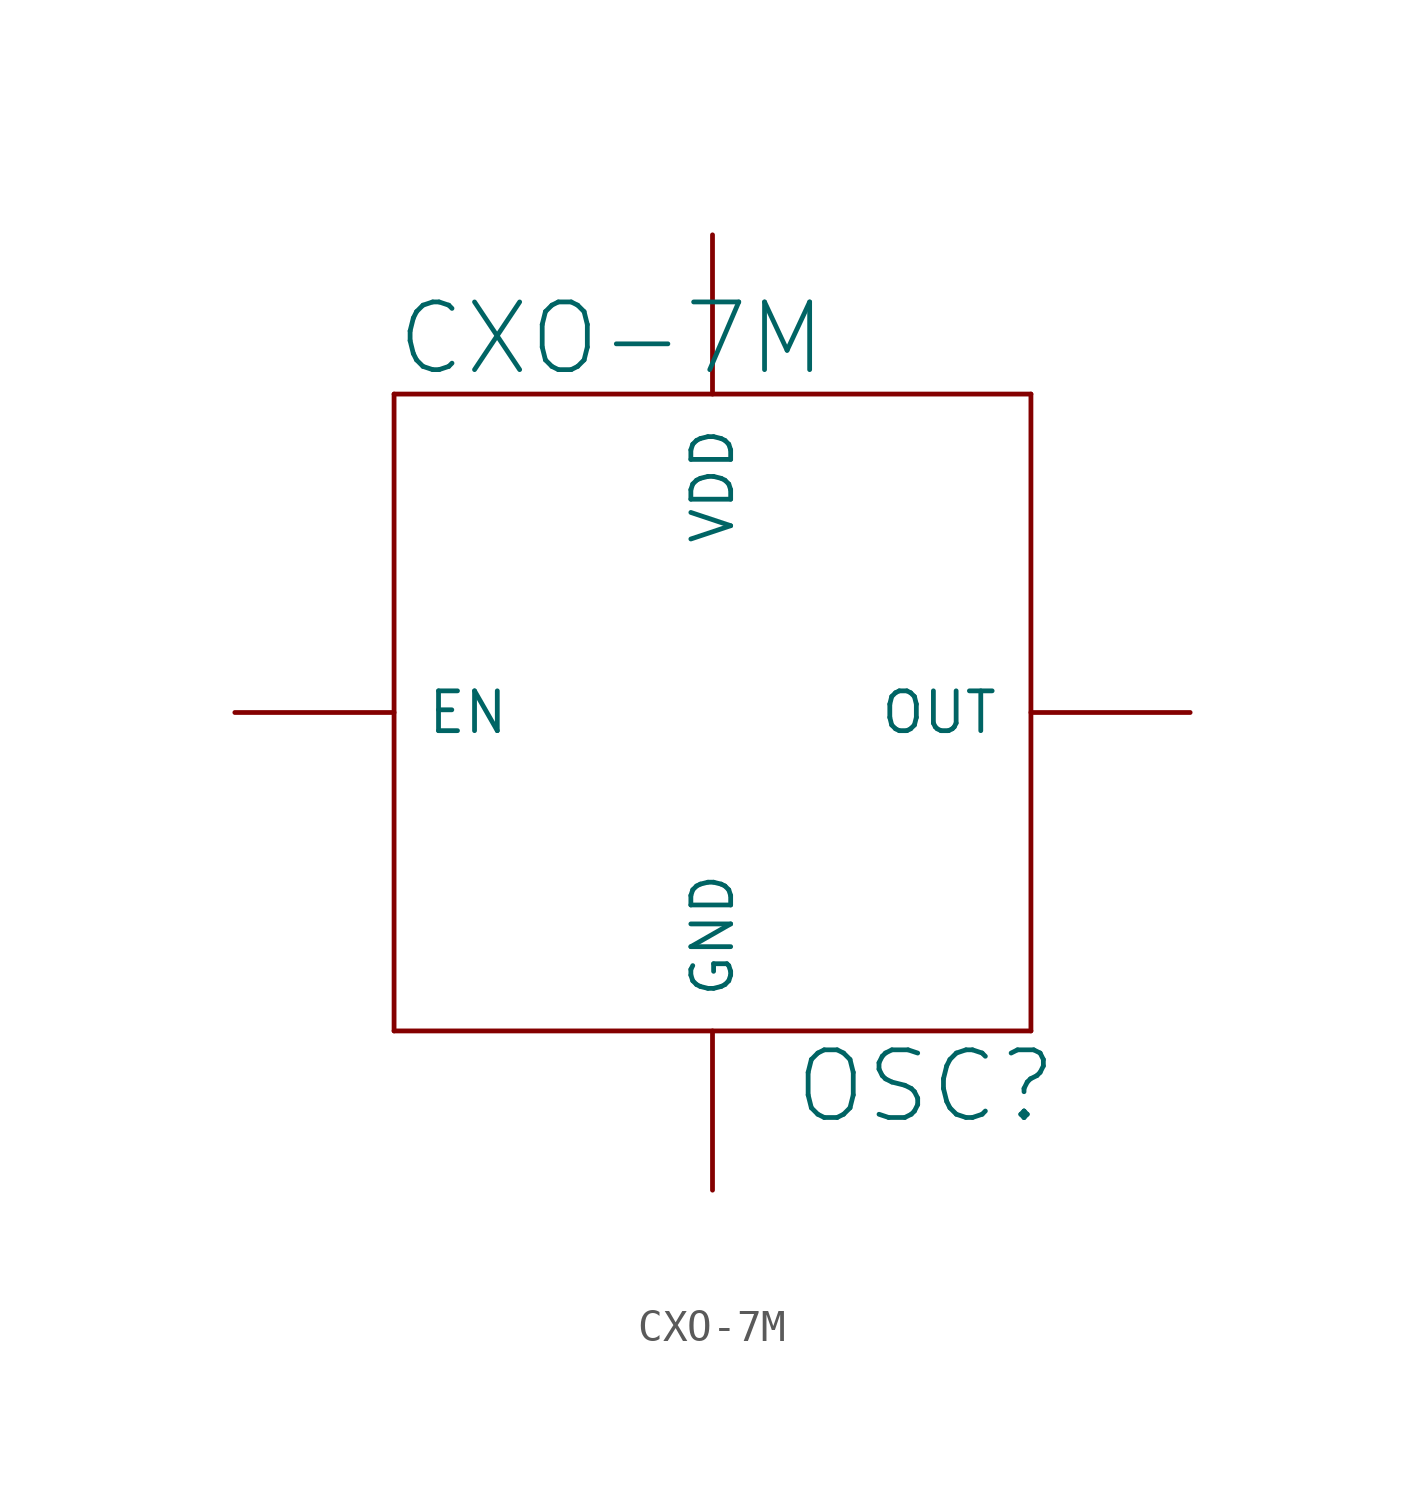
<source format=kicad_sym>
(kicad_symbol_lib
  (version 20211014)
  (generator kicad_symbol_editor)
  (symbol "CXO-7M"
    (pin_names
      (offset 1.016))
    (property "Reference" "OSC"
      (at 2.54 -10.668 0)
      (effects (font (size 2.159 2.159)) (justify left top)))
    (property "Value" "CXO-7M"
      (at -10.16 10.668 0)
      (effects (font (size 2.159 2.159)) (justify left bottom)))
    (property "ki_locked" ""
      (at 0 0 0)
      (effects (font (size 1.27 1.27))))
    (symbol "CXO-7M_1_0"
      (polyline (pts (xy -10.16 -10.16) (xy -10.16 10.16)) (stroke (width 0) (type default) (color 0 0 0 0)) (fill (type none)))
      (polyline (pts (xy -10.16 10.16) (xy 10.16 10.16)) (stroke (width 0) (type default) (color 0 0 0 0)) (fill (type none)))
      (polyline (pts (xy 10.16 -10.16) (xy -10.16 -10.16)) (stroke (width 0) (type default) (color 0 0 0 0)) (fill (type none)))
      (polyline (pts (xy 10.16 10.16) (xy 10.16 -10.16)) (stroke (width 0) (type default) (color 0 0 0 0)) (fill (type none)))
      (pin input line (at -15.24 0 0) (length 5.08) (name "EN" (effects (font (size 1.27 1.27)))) (number "1" (effects (font (size 0 0)))))
      (pin power_in line (at 0 -15.24 90) (length 5.08) (name "GND" (effects (font (size 1.27 1.27)))) (number "2" (effects (font (size 0 0)))))
      (pin output line (at 15.24 0 180) (length 5.08) (name "OUT" (effects (font (size 1.27 1.27)))) (number "3" (effects (font (size 0 0)))))
      (pin power_in line (at 0 15.24 270) (length 5.08) (name "VDD" (effects (font (size 1.27 1.27)))) (number "4" (effects (font (size 0 0))))))))
</source>
